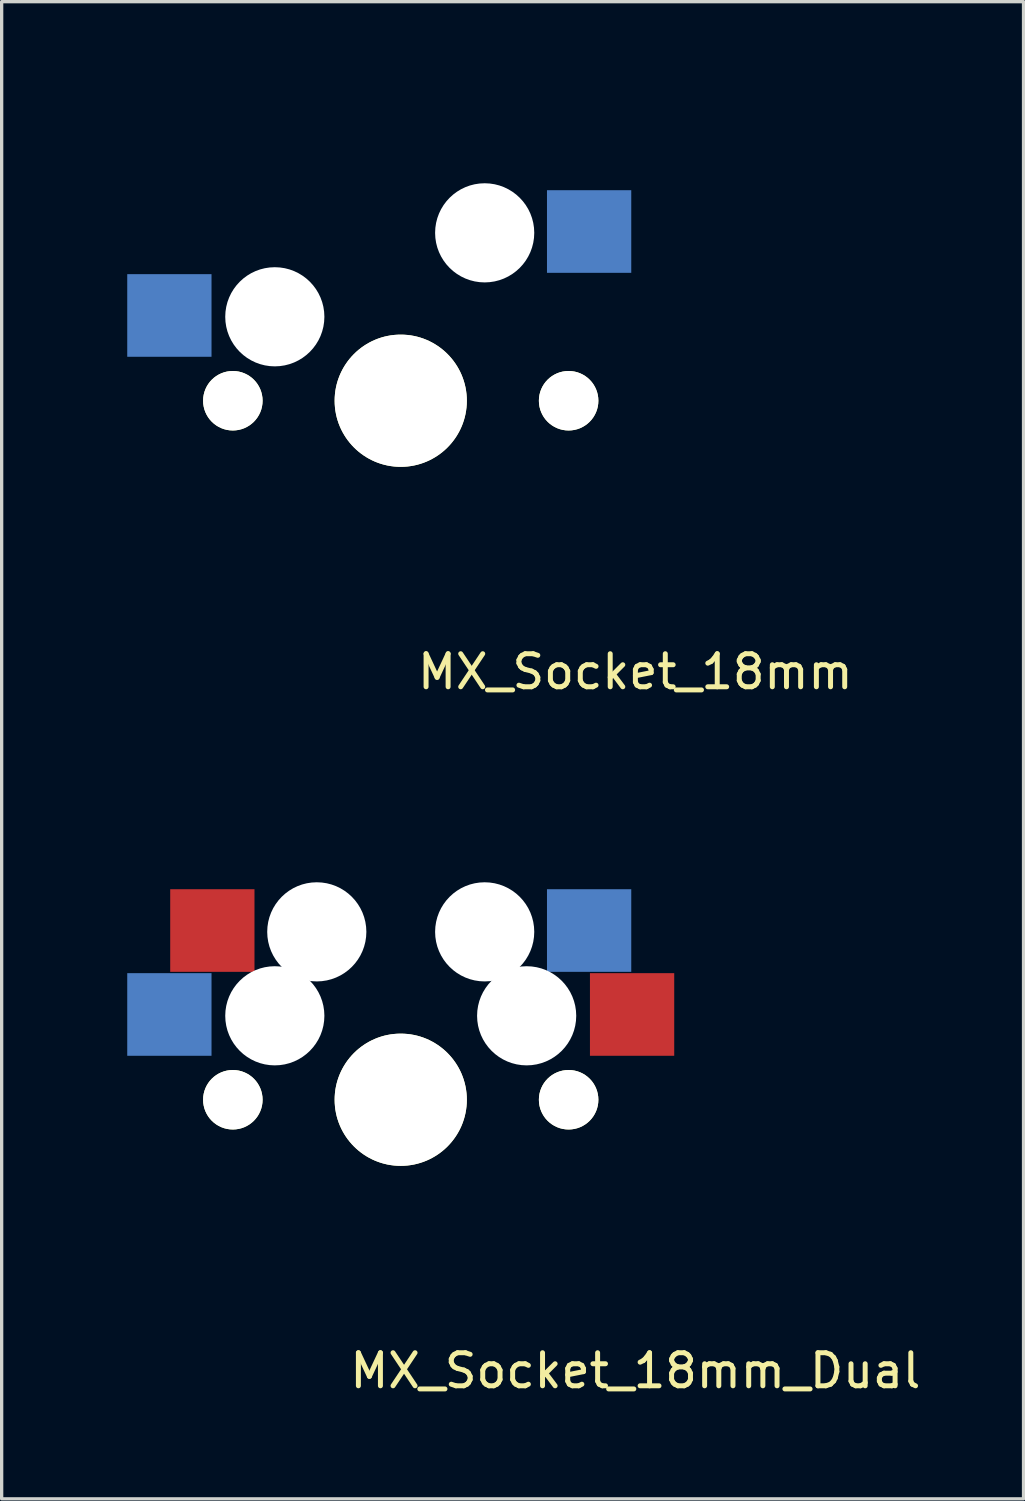
<source format=kicad_pcb>
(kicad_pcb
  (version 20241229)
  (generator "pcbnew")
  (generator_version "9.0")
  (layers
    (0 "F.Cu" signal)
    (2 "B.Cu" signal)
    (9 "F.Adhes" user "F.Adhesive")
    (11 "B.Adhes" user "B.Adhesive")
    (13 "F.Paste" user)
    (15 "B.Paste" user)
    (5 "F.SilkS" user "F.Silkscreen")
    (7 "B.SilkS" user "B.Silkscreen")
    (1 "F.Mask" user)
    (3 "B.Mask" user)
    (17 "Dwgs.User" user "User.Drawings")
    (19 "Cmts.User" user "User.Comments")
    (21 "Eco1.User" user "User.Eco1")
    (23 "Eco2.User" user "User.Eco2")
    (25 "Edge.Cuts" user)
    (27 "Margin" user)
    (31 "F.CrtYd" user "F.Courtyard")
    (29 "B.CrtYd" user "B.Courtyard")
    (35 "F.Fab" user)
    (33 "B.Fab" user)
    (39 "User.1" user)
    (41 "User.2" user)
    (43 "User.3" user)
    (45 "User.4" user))
  (footprint "MX_Socket_18mm"
    (layer "F.Cu")
    (at 9.075 9.075)
    (property "Reference" "MX_Socket_18mm" (at 7.1 8.2 0) (layer "F.SilkS") (effects (font (size 1 1) (thickness 0.15))))
    (attr through_hole)
    (fp_line (start -9 -9) (end 9 -9) (stroke (width 0.15) (type solid)) (layer "Eco2.User"))
    (fp_line (start -9 9) (end -9 -9) (stroke (width 0.15) (type solid)) (layer "Eco2.User"))
    (fp_line (start -7 -7) (end 7 -7) (stroke (width 0.15) (type solid)) (layer "Eco2.User"))
    (fp_line (start -7 7) (end -7 -7) (stroke (width 0.15) (type solid)) (layer "Eco2.User"))
    (fp_line (start 7 -7) (end 7 7) (stroke (width 0.15) (type solid)) (layer "Eco2.User"))
    (fp_line (start 7 7.1) (end -7 7.1) (stroke (width 0.15) (type solid)) (layer "Eco2.User"))
    (fp_line (start 9 -9) (end 9 9) (stroke (width 0.15) (type solid)) (layer "Eco2.User"))
    (fp_line (start 9 9) (end -9 9) (stroke (width 0.15) (type solid)) (layer "Eco2.User"))
    (pad "" np_thru_hole circle (at -5.08 0) (size 1.8 1.8) (drill 1.8) (layers "*.Cu" "*.Mask" "F.SilkS"))
    (pad "" np_thru_hole circle (at -3.81 -2.54 180) (size 3 3) (drill 3) (layers "*.Cu" "*.Mask"))
    (pad "" np_thru_hole circle (at 0 0 90) (size 4 4) (drill 4) (layers "*.Cu" "*.Mask" "F.SilkS"))
    (pad "" np_thru_hole circle (at 2.54 -5.08 180) (size 3 3) (drill 3) (layers "*.Cu" "*.Mask"))
    (pad "" np_thru_hole circle (at 5.08 0) (size 1.8 1.8) (drill 1.8) (layers "*.Cu" "*.Mask" "F.SilkS"))
    (pad "1" smd rect (at -7 -2.58 180) (size 2.55 2.5) (layers "B.Cu" "B.Mask" "B.Paste"))
    (pad "2" smd rect (at 5.7 -5.12 180) (size 2.55 2.5) (layers "B.Cu" "B.Mask" "B.Paste")))
  (footprint "MX_Socket_18mm_Dual"
    (layer "F.Cu")
    (at 9.075 30.225)
    (property "Reference" "MX_Socket_18mm_Dual" (at 7.1 8.2 0) (layer "F.SilkS") (effects (font (size 1 1) (thickness 0.15))))
    (attr through_hole)
    (fp_line (start -9 -9) (end 9 -9) (stroke (width 0.15) (type solid)) (layer "Eco2.User"))
    (fp_line (start -9 9) (end -9 -9) (stroke (width 0.15) (type solid)) (layer "Eco2.User"))
    (fp_line (start -7 -7) (end 7 -7) (stroke (width 0.15) (type solid)) (layer "Eco2.User"))
    (fp_line (start -7 7) (end -7 -7) (stroke (width 0.15) (type solid)) (layer "Eco2.User"))
    (fp_line (start 7 -7) (end 7 7) (stroke (width 0.15) (type solid)) (layer "Eco2.User"))
    (fp_line (start 7 7.1) (end -7 7.1) (stroke (width 0.15) (type solid)) (layer "Eco2.User"))
    (fp_line (start 9 -9) (end 9 9) (stroke (width 0.15) (type solid)) (layer "Eco2.User"))
    (fp_line (start 9 9) (end -9 9) (stroke (width 0.15) (type solid)) (layer "Eco2.User"))
    (pad "" np_thru_hole circle (at -5.08 0) (size 1.8 1.8) (drill 1.8) (layers "*.Cu" "*.Mask" "F.SilkS"))
    (pad "" np_thru_hole circle (at -3.81 -2.54 180) (size 3 3) (drill 3) (layers "*.Cu" "*.Mask"))
    (pad "" np_thru_hole circle (at -2.54 -5.08 180) (size 3 3) (drill 3) (layers "*.Cu" "*.Mask"))
    (pad "" np_thru_hole circle (at 0 0 90) (size 4 4) (drill 4) (layers "*.Cu" "*.Mask" "F.SilkS"))
    (pad "" np_thru_hole circle (at 2.54 -5.08 180) (size 3 3) (drill 3) (layers "*.Cu" "*.Mask"))
    (pad "" np_thru_hole circle (at 3.81 -2.54 180) (size 3 3) (drill 3) (layers "*.Cu" "*.Mask"))
    (pad "" np_thru_hole circle (at 5.08 0) (size 1.8 1.8) (drill 1.8) (layers "*.Cu" "*.Mask" "F.SilkS"))
    (pad "1" smd rect (at -7 -2.58 180) (size 2.55 2.5) (layers "B.Cu" "B.Mask" "B.Paste"))
    (pad "1" smd rect (at 7 -2.58 180) (size 2.55 2.5) (layers "F.Cu" "F.Mask" "F.Paste"))
    (pad "2" smd rect (at -5.7 -5.12 180) (size 2.55 2.5) (layers "F.Cu" "F.Mask" "F.Paste"))
    (pad "2" smd rect (at 5.7 -5.12 180) (size 2.55 2.5) (layers "B.Cu" "B.Mask" "B.Paste")))
  (gr_rect
    (start -3 -3)
    (end 27.919 42.3)
    (stroke (width 0.1) (type default))
    (fill no)
    (layer "Edge.Cuts")))
</source>
